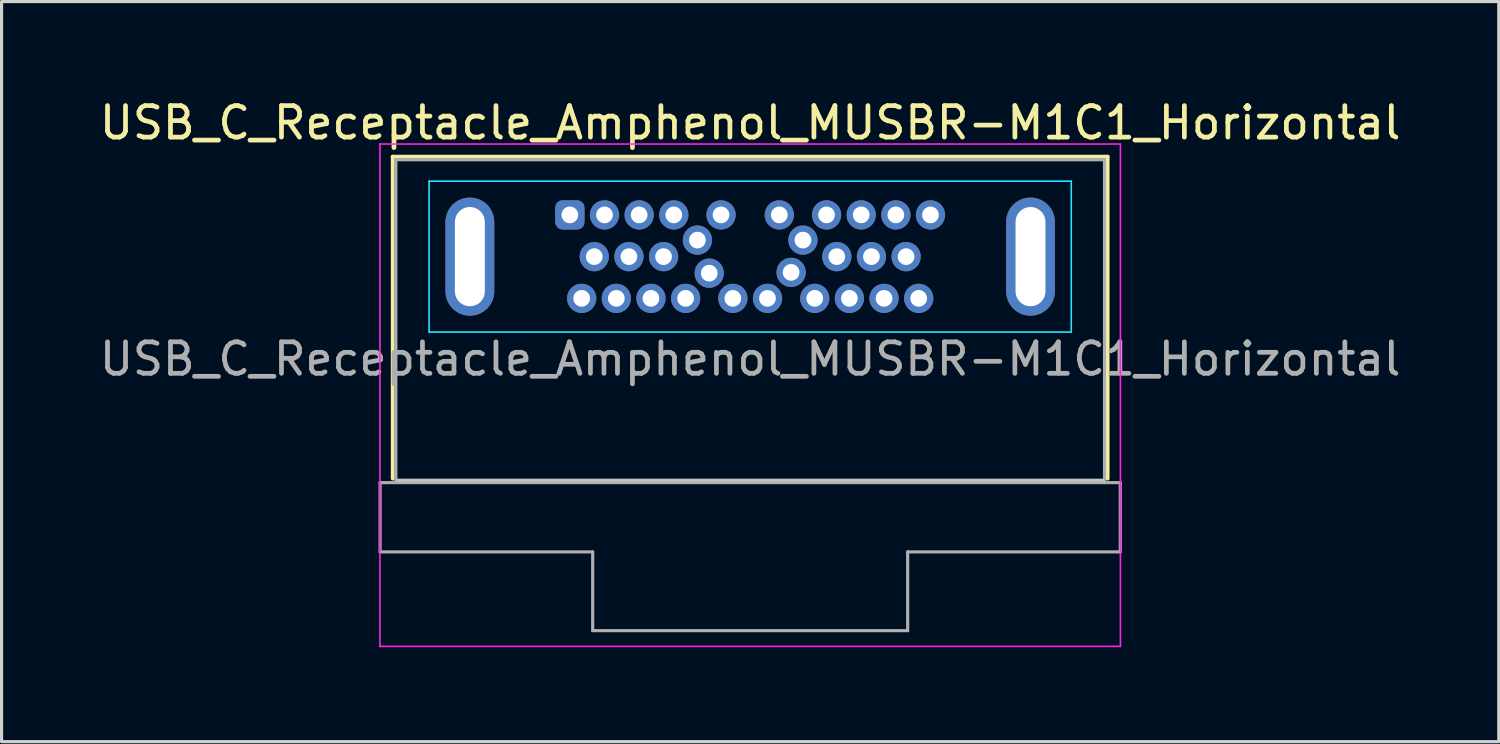
<source format=kicad_pcb>
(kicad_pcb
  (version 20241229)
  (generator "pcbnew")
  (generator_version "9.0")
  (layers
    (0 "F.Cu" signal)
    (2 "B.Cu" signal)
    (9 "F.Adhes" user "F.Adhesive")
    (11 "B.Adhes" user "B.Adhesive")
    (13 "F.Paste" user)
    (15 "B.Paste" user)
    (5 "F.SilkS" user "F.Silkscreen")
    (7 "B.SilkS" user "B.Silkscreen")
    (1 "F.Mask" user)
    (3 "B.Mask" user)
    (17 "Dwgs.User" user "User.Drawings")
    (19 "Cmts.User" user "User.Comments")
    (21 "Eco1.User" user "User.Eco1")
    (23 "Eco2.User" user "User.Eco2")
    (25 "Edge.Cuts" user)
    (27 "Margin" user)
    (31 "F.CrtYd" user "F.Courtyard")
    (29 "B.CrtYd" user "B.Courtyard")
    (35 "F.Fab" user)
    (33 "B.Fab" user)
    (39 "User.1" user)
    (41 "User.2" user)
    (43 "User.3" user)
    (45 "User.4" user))
  (footprint "USB_C_Receptacle_Amphenol_MUSBR-M1C1_Horizontal"
    (layer "F.Cu")
    (at 15.043 3.773)
    (property "Reference" "USB_C_Receptacle_Amphenol_MUSBR-M1C1_Horizontal" (at 5.725 -2.925 0) (layer "F.SilkS") (effects (font (size 1 1) (thickness 0.15))))
    (attr through_hole)
    (fp_line (start -5.625 -1.85) (end -5.625 8.375) (stroke (width 0.12) (type solid)) (layer "F.SilkS"))
    (fp_line (start 17.075 -1.85) (end -5.625 -1.85) (stroke (width 0.12) (type solid)) (layer "F.SilkS"))
    (fp_line (start 17.075 -1.85) (end 17.075 8.375) (stroke (width 0.12) (type solid)) (layer "F.SilkS"))
    (fp_line (start -5.475 8.425) (end 16.925 8.425) (stroke (width 0.1) (type solid)) (layer "Dwgs.User"))
    (fp_line (start -4.47 -1.07) (end -4.47 3.72) (stroke (width 0.05) (type solid)) (layer "B.CrtYd"))
    (fp_line (start 15.92 -1.07) (end -4.47 -1.07) (stroke (width 0.05) (type solid)) (layer "B.CrtYd"))
    (fp_line (start 15.92 -1.07) (end 15.92 3.72) (stroke (width 0.05) (type solid)) (layer "B.CrtYd"))
    (fp_line (start 15.92 3.72) (end -4.47 3.72) (stroke (width 0.05) (type solid)) (layer "B.CrtYd"))
    (fp_line (start -6.03 -2.25) (end -6.03 13.7) (stroke (width 0.05) (type solid)) (layer "F.CrtYd"))
    (fp_line (start -6.03 13.7) (end 17.48 13.7) (stroke (width 0.05) (type solid)) (layer "F.CrtYd"))
    (fp_line (start 17.48 -2.25) (end -6.03 -2.25) (stroke (width 0.05) (type solid)) (layer "F.CrtYd"))
    (fp_line (start 17.48 13.7) (end 17.48 -2.25) (stroke (width 0.05) (type solid)) (layer "F.CrtYd"))
    (fp_line (start -6.025 8.5) (end -6.025 10.7) (stroke (width 0.1) (type solid)) (layer "F.Fab"))
    (fp_line (start -5.525 -1.75) (end -5.525 8.5) (stroke (width 0.1) (type solid)) (layer "F.Fab"))
    (fp_line (start -5.525 -1.75) (end 16.975 -1.75) (stroke (width 0.1) (type solid)) (layer "F.Fab"))
    (fp_line (start 0.725 10.7) (end -6.025 10.7) (stroke (width 0.1) (type solid)) (layer "F.Fab"))
    (fp_line (start 0.725 13.2) (end 0.725 10.7) (stroke (width 0.1) (type solid)) (layer "F.Fab"))
    (fp_line (start 10.725 13.2) (end 0.725 13.2) (stroke (width 0.1) (type solid)) (layer "F.Fab"))
    (fp_line (start 10.725 13.2) (end 10.725 10.7) (stroke (width 0.1) (type solid)) (layer "F.Fab"))
    (fp_line (start 16.975 -1.75) (end 16.975 8.5) (stroke (width 0.1) (type solid)) (layer "F.Fab"))
    (fp_line (start 17.475 8.5) (end -6.025 8.5) (stroke (width 0.1) (type solid)) (layer "F.Fab"))
    (fp_line (start 17.475 8.5) (end 17.475 10.7) (stroke (width 0.1) (type solid)) (layer "F.Fab"))
    (fp_line (start 17.475 10.7) (end 10.725 10.7) (stroke (width 0.1) (type solid)) (layer "F.Fab"))
    (fp_text user "${REFERENCE}" (at 5.725 4.575 0) (layer "F.Fab") (effects (font (size 1 1) (thickness 0.15))))
    (pad "A1" thru_hole roundrect (at 0 0) (size 0.93 0.93) (drill 0.53) (layers "*.Cu" "*.Mask") (roundrect_rratio 0.25))
    (pad "A2" thru_hole circle (at 1.1 0) (size 0.93 0.93) (drill 0.53) (layers "*.Cu" "*.Mask"))
    (pad "A3" thru_hole circle (at 2.2 0) (size 0.93 0.93) (drill 0.53) (layers "*.Cu" "*.Mask"))
    (pad "A4" thru_hole circle (at 3.3 0) (size 0.93 0.93) (drill 0.53) (layers "*.Cu" "*.Mask"))
    (pad "A5" thru_hole circle (at 4.05 0.8) (size 0.93 0.93) (drill 0.53) (layers "*.Cu" "*.Mask"))
    (pad "A6" thru_hole circle (at 4.8 0) (size 0.93 0.93) (drill 0.53) (layers "*.Cu" "*.Mask"))
    (pad "A7" thru_hole circle (at 6.65 0 180) (size 0.93 0.93) (drill 0.53) (layers "*.Cu" "*.Mask"))
    (pad "A8" thru_hole circle (at 7.4 0.8) (size 0.93 0.93) (drill 0.53) (layers "*.Cu" "*.Mask"))
    (pad "A9" thru_hole circle (at 8.15 0 180) (size 0.93 0.93) (drill 0.53) (layers "*.Cu" "*.Mask"))
    (pad "A10" thru_hole circle (at 9.25 0 180) (size 0.93 0.93) (drill 0.53) (layers "*.Cu" "*.Mask"))
    (pad "A11" thru_hole circle (at 10.35 0 180) (size 0.93 0.93) (drill 0.53) (layers "*.Cu" "*.Mask"))
    (pad "A12" thru_hole circle (at 11.45 0 180) (size 0.93 0.93) (drill 0.53) (layers "*.Cu" "*.Mask"))
    (pad "B1" thru_hole circle (at 11.075 2.65 180) (size 0.93 0.93) (drill 0.53) (layers "*.Cu" "*.Mask"))
    (pad "B2" thru_hole circle (at 9.975 2.65 180) (size 0.93 0.93) (drill 0.53) (layers "*.Cu" "*.Mask"))
    (pad "B3" thru_hole circle (at 8.875 2.65 180) (size 0.93 0.93) (drill 0.53) (layers "*.Cu" "*.Mask"))
    (pad "B4" thru_hole circle (at 7.775 2.65 180) (size 0.93 0.93) (drill 0.53) (layers "*.Cu" "*.Mask"))
    (pad "B5" thru_hole circle (at 7.025 1.825) (size 0.93 0.93) (drill 0.53) (layers "*.Cu" "*.Mask"))
    (pad "B6" thru_hole circle (at 6.275 2.65 180) (size 0.93 0.93) (drill 0.53) (layers "*.Cu" "*.Mask"))
    (pad "B7" thru_hole circle (at 5.175 2.65) (size 0.93 0.93) (drill 0.53) (layers "*.Cu" "*.Mask"))
    (pad "B8" thru_hole circle (at 4.425 1.85) (size 0.93 0.93) (drill 0.53) (layers "*.Cu" "*.Mask"))
    (pad "B9" thru_hole circle (at 3.675 2.65) (size 0.93 0.93) (drill 0.53) (layers "*.Cu" "*.Mask"))
    (pad "B10" thru_hole circle (at 2.575 2.65) (size 0.93 0.93) (drill 0.53) (layers "*.Cu" "*.Mask"))
    (pad "B11" thru_hole circle (at 1.475 2.65) (size 0.93 0.93) (drill 0.53) (layers "*.Cu" "*.Mask"))
    (pad "B12" thru_hole circle (at 0.375 2.65) (size 0.93 0.93) (drill 0.53) (layers "*.Cu" "*.Mask"))
    (pad "S1" thru_hole oval (at -3.175 1.325) (size 1.55 3.75) (drill oval 0.95 3.15) (layers "*.Cu" "*.Mask"))
    (pad "S1" thru_hole circle (at 0.775 1.325) (size 0.93 0.93) (drill 0.53) (layers "*.Cu" "*.Mask"))
    (pad "S1" thru_hole circle (at 1.875 1.325) (size 0.93 0.93) (drill 0.53) (layers "*.Cu" "*.Mask"))
    (pad "S1" thru_hole circle (at 2.975 1.325) (size 0.93 0.93) (drill 0.53) (layers "*.Cu" "*.Mask"))
    (pad "S1" thru_hole circle (at 8.475 1.325) (size 0.93 0.93) (drill 0.53) (layers "*.Cu" "*.Mask"))
    (pad "S1" thru_hole circle (at 9.575 1.325) (size 0.93 0.93) (drill 0.53) (layers "*.Cu" "*.Mask"))
    (pad "S1" thru_hole circle (at 10.675 1.325) (size 0.93 0.93) (drill 0.53) (layers "*.Cu" "*.Mask"))
    (pad "S1" thru_hole oval (at 14.625 1.325) (size 1.55 3.75) (drill oval 0.95 3.15) (layers "*.Cu" "*.Mask")))
  (gr_rect
    (start -3 -3)
    (end 44.536 20.498)
    (stroke (width 0.1) (type default))
    (fill no)
    (layer "Edge.Cuts")))
</source>
